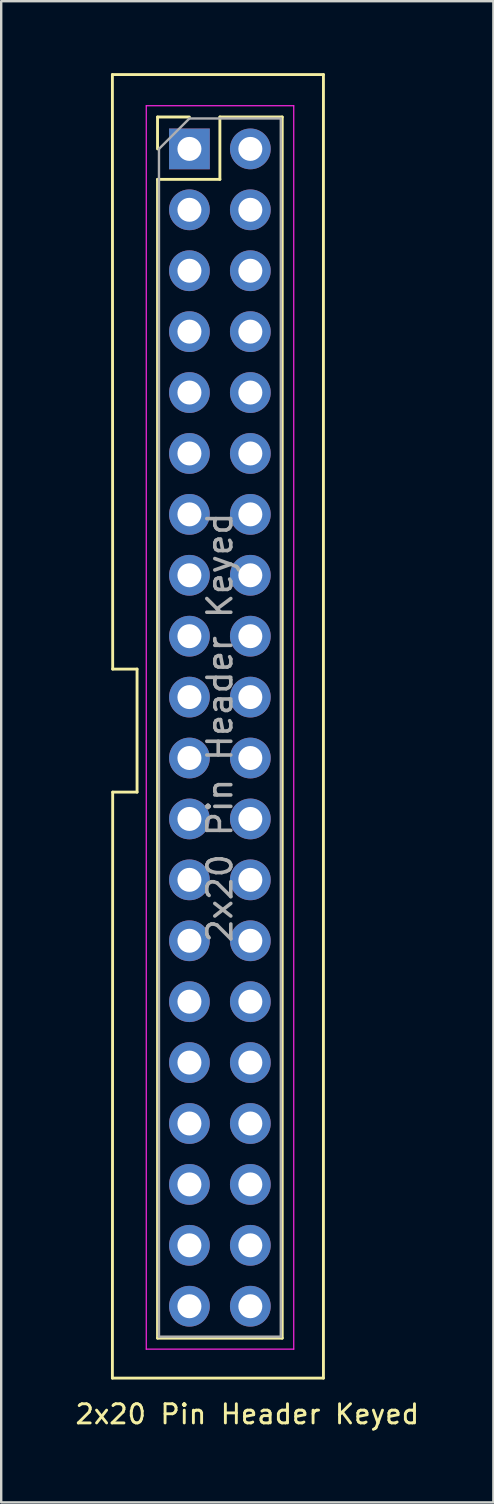
<source format=kicad_pcb>
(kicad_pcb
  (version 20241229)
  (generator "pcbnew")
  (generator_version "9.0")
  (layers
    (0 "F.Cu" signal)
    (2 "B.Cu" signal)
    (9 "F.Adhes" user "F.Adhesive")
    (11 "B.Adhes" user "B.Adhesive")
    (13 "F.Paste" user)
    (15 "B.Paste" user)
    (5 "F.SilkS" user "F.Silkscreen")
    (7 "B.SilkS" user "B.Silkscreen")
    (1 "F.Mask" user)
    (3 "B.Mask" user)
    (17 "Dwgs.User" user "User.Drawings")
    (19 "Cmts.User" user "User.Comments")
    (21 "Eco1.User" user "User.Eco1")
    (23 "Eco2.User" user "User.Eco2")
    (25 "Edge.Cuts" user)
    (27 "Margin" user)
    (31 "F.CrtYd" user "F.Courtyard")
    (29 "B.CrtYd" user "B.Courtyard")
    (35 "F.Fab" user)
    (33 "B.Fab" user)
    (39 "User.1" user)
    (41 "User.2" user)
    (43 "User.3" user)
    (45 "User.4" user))
  (footprint "2x20 Pin Header Keyed"
    (layer "F.Cu")
    (at 7.262 56.321)
    (property "Reference" "2x20 Pin Header Keyed" (at 0 -0.4 0) (unlocked yes) (layer "F.SilkS") (effects (font (size 0.8 0.8) (thickness 0.12))))
    (attr through_hole)
    (fp_line (start -5.625 -56.261) (end 3.175 -56.261) (stroke (width 0.12) (type solid)) (layer "F.SilkS"))
    (fp_line (start -5.625 -1.905) (end -5.613 -26.34) (stroke (width 0.12) (type solid)) (layer "F.SilkS"))
    (fp_line (start -5.625 -1.905) (end 3.175 -1.905) (stroke (width 0.12) (type solid)) (layer "F.SilkS"))
    (fp_line (start -5.613 -31.471) (end -5.625 -56.261) (stroke (width 0.12) (type solid)) (layer "F.SilkS"))
    (fp_line (start -5.613 -31.471) (end -4.597 -31.471) (stroke (width 0.12) (type solid)) (layer "F.SilkS"))
    (fp_line (start -4.597 -31.471) (end -4.597 -26.34) (stroke (width 0.12) (type solid)) (layer "F.SilkS"))
    (fp_line (start -4.597 -26.34) (end -5.613 -26.34) (stroke (width 0.12) (type solid)) (layer "F.SilkS"))
    (fp_line (start -3.743 -54.492) (end -2.413 -54.492) (stroke (width 0.12) (type solid)) (layer "F.SilkS"))
    (fp_line (start -3.743 -53.162) (end -3.743 -54.492) (stroke (width 0.12) (type solid)) (layer "F.SilkS"))
    (fp_line (start -3.743 -51.892) (end -3.743 -3.572) (stroke (width 0.12) (type solid)) (layer "F.SilkS"))
    (fp_line (start -3.743 -51.892) (end -1.143 -51.892) (stroke (width 0.12) (type solid)) (layer "F.SilkS"))
    (fp_line (start -3.743 -3.572) (end 1.457 -3.572) (stroke (width 0.12) (type solid)) (layer "F.SilkS"))
    (fp_line (start -1.143 -54.492) (end 1.457 -54.492) (stroke (width 0.12) (type solid)) (layer "F.SilkS"))
    (fp_line (start -1.143 -51.892) (end -1.143 -54.492) (stroke (width 0.12) (type solid)) (layer "F.SilkS"))
    (fp_line (start 1.457 -54.492) (end 1.457 -3.572) (stroke (width 0.12) (type solid)) (layer "F.SilkS"))
    (fp_line (start 3.175 -56.261) (end 3.175 -1.905) (stroke (width 0.12) (type solid)) (layer "F.SilkS"))
    (fp_line (start -4.213 -54.962) (end -4.213 -3.112) (stroke (width 0.05) (type solid)) (layer "F.CrtYd"))
    (fp_line (start -4.213 -3.112) (end 1.937 -3.112) (stroke (width 0.05) (type solid)) (layer "F.CrtYd"))
    (fp_line (start 1.937 -54.962) (end -4.213 -54.962) (stroke (width 0.05) (type solid)) (layer "F.CrtYd"))
    (fp_line (start 1.937 -3.112) (end 1.937 -54.962) (stroke (width 0.05) (type solid)) (layer "F.CrtYd"))
    (fp_line (start -3.683 -53.162) (end -2.413 -54.432) (stroke (width 0.1) (type solid)) (layer "F.Fab"))
    (fp_line (start -3.683 -3.632) (end -3.683 -53.162) (stroke (width 0.1) (type solid)) (layer "F.Fab"))
    (fp_line (start -2.413 -54.432) (end 1.397 -54.432) (stroke (width 0.1) (type solid)) (layer "F.Fab"))
    (fp_line (start 1.397 -54.432) (end 1.397 -3.632) (stroke (width 0.1) (type solid)) (layer "F.Fab"))
    (fp_line (start 1.397 -3.632) (end -3.683 -3.632) (stroke (width 0.1) (type solid)) (layer "F.Fab"))
    (fp_text user "${REFERENCE}" (at -1.143 -29.032 90) (layer "F.Fab") (effects (font (size 1 1) (thickness 0.15))))
    (pad "1" thru_hole rect (at -2.413 -53.162) (size 1.7 1.7) (drill 1) (layers "*.Cu" "*.Mask"))
    (pad "2" thru_hole oval (at 0.127 -53.162) (size 1.7 1.7) (drill 1) (layers "*.Cu" "*.Mask"))
    (pad "3" thru_hole oval (at -2.413 -50.622) (size 1.7 1.7) (drill 1) (layers "*.Cu" "*.Mask"))
    (pad "4" thru_hole oval (at 0.127 -50.622) (size 1.7 1.7) (drill 1) (layers "*.Cu" "*.Mask"))
    (pad "5" thru_hole oval (at -2.413 -48.082) (size 1.7 1.7) (drill 1) (layers "*.Cu" "*.Mask"))
    (pad "6" thru_hole oval (at 0.127 -48.082) (size 1.7 1.7) (drill 1) (layers "*.Cu" "*.Mask"))
    (pad "7" thru_hole oval (at -2.413 -45.542) (size 1.7 1.7) (drill 1) (layers "*.Cu" "*.Mask"))
    (pad "8" thru_hole oval (at 0.127 -45.542) (size 1.7 1.7) (drill 1) (layers "*.Cu" "*.Mask"))
    (pad "9" thru_hole oval (at -2.413 -43.002) (size 1.7 1.7) (drill 1) (layers "*.Cu" "*.Mask"))
    (pad "10" thru_hole oval (at 0.127 -43.002) (size 1.7 1.7) (drill 1) (layers "*.Cu" "*.Mask"))
    (pad "11" thru_hole oval (at -2.413 -40.462) (size 1.7 1.7) (drill 1) (layers "*.Cu" "*.Mask"))
    (pad "12" thru_hole oval (at 0.127 -40.462) (size 1.7 1.7) (drill 1) (layers "*.Cu" "*.Mask"))
    (pad "13" thru_hole oval (at -2.413 -37.922) (size 1.7 1.7) (drill 1) (layers "*.Cu" "*.Mask"))
    (pad "14" thru_hole oval (at 0.127 -37.922) (size 1.7 1.7) (drill 1) (layers "*.Cu" "*.Mask"))
    (pad "15" thru_hole oval (at -2.413 -35.382) (size 1.7 1.7) (drill 1) (layers "*.Cu" "*.Mask"))
    (pad "16" thru_hole oval (at 0.127 -35.382) (size 1.7 1.7) (drill 1) (layers "*.Cu" "*.Mask"))
    (pad "17" thru_hole oval (at -2.413 -32.842) (size 1.7 1.7) (drill 1) (layers "*.Cu" "*.Mask"))
    (pad "18" thru_hole oval (at 0.127 -32.842) (size 1.7 1.7) (drill 1) (layers "*.Cu" "*.Mask"))
    (pad "19" thru_hole oval (at -2.413 -30.302) (size 1.7 1.7) (drill 1) (layers "*.Cu" "*.Mask"))
    (pad "20" thru_hole oval (at 0.127 -30.302) (size 1.7 1.7) (drill 1) (layers "*.Cu" "*.Mask"))
    (pad "21" thru_hole oval (at -2.413 -27.762) (size 1.7 1.7) (drill 1) (layers "*.Cu" "*.Mask"))
    (pad "22" thru_hole oval (at 0.127 -27.762) (size 1.7 1.7) (drill 1) (layers "*.Cu" "*.Mask"))
    (pad "23" thru_hole oval (at -2.413 -25.222) (size 1.7 1.7) (drill 1) (layers "*.Cu" "*.Mask"))
    (pad "24" thru_hole oval (at 0.127 -25.222) (size 1.7 1.7) (drill 1) (layers "*.Cu" "*.Mask"))
    (pad "25" thru_hole oval (at -2.413 -22.682) (size 1.7 1.7) (drill 1) (layers "*.Cu" "*.Mask"))
    (pad "26" thru_hole oval (at 0.127 -22.682) (size 1.7 1.7) (drill 1) (layers "*.Cu" "*.Mask"))
    (pad "27" thru_hole oval (at -2.413 -20.142) (size 1.7 1.7) (drill 1) (layers "*.Cu" "*.Mask"))
    (pad "28" thru_hole oval (at 0.127 -20.142) (size 1.7 1.7) (drill 1) (layers "*.Cu" "*.Mask"))
    (pad "29" thru_hole oval (at -2.413 -17.602) (size 1.7 1.7) (drill 1) (layers "*.Cu" "*.Mask"))
    (pad "30" thru_hole oval (at 0.127 -17.602) (size 1.7 1.7) (drill 1) (layers "*.Cu" "*.Mask"))
    (pad "31" thru_hole oval (at -2.413 -15.062) (size 1.7 1.7) (drill 1) (layers "*.Cu" "*.Mask"))
    (pad "32" thru_hole oval (at 0.127 -15.062) (size 1.7 1.7) (drill 1) (layers "*.Cu" "*.Mask"))
    (pad "33" thru_hole oval (at -2.413 -12.522) (size 1.7 1.7) (drill 1) (layers "*.Cu" "*.Mask"))
    (pad "34" thru_hole oval (at 0.127 -12.522) (size 1.7 1.7) (drill 1) (layers "*.Cu" "*.Mask"))
    (pad "35" thru_hole oval (at -2.413 -9.982) (size 1.7 1.7) (drill 1) (layers "*.Cu" "*.Mask"))
    (pad "36" thru_hole oval (at 0.127 -9.982) (size 1.7 1.7) (drill 1) (layers "*.Cu" "*.Mask"))
    (pad "37" thru_hole oval (at -2.413 -7.442) (size 1.7 1.7) (drill 1) (layers "*.Cu" "*.Mask"))
    (pad "38" thru_hole oval (at 0.127 -7.442) (size 1.7 1.7) (drill 1) (layers "*.Cu" "*.Mask"))
    (pad "39" thru_hole oval (at -2.413 -4.902) (size 1.7 1.7) (drill 1) (layers "*.Cu" "*.Mask"))
    (pad "40" thru_hole oval (at 0.127 -4.902) (size 1.7 1.7) (drill 1) (layers "*.Cu" "*.Mask")))
  (gr_rect
    (start -3 -3)
    (end 17.524 59.6)
    (stroke (width 0.1) (type default))
    (fill no)
    (layer "Edge.Cuts")))
</source>
